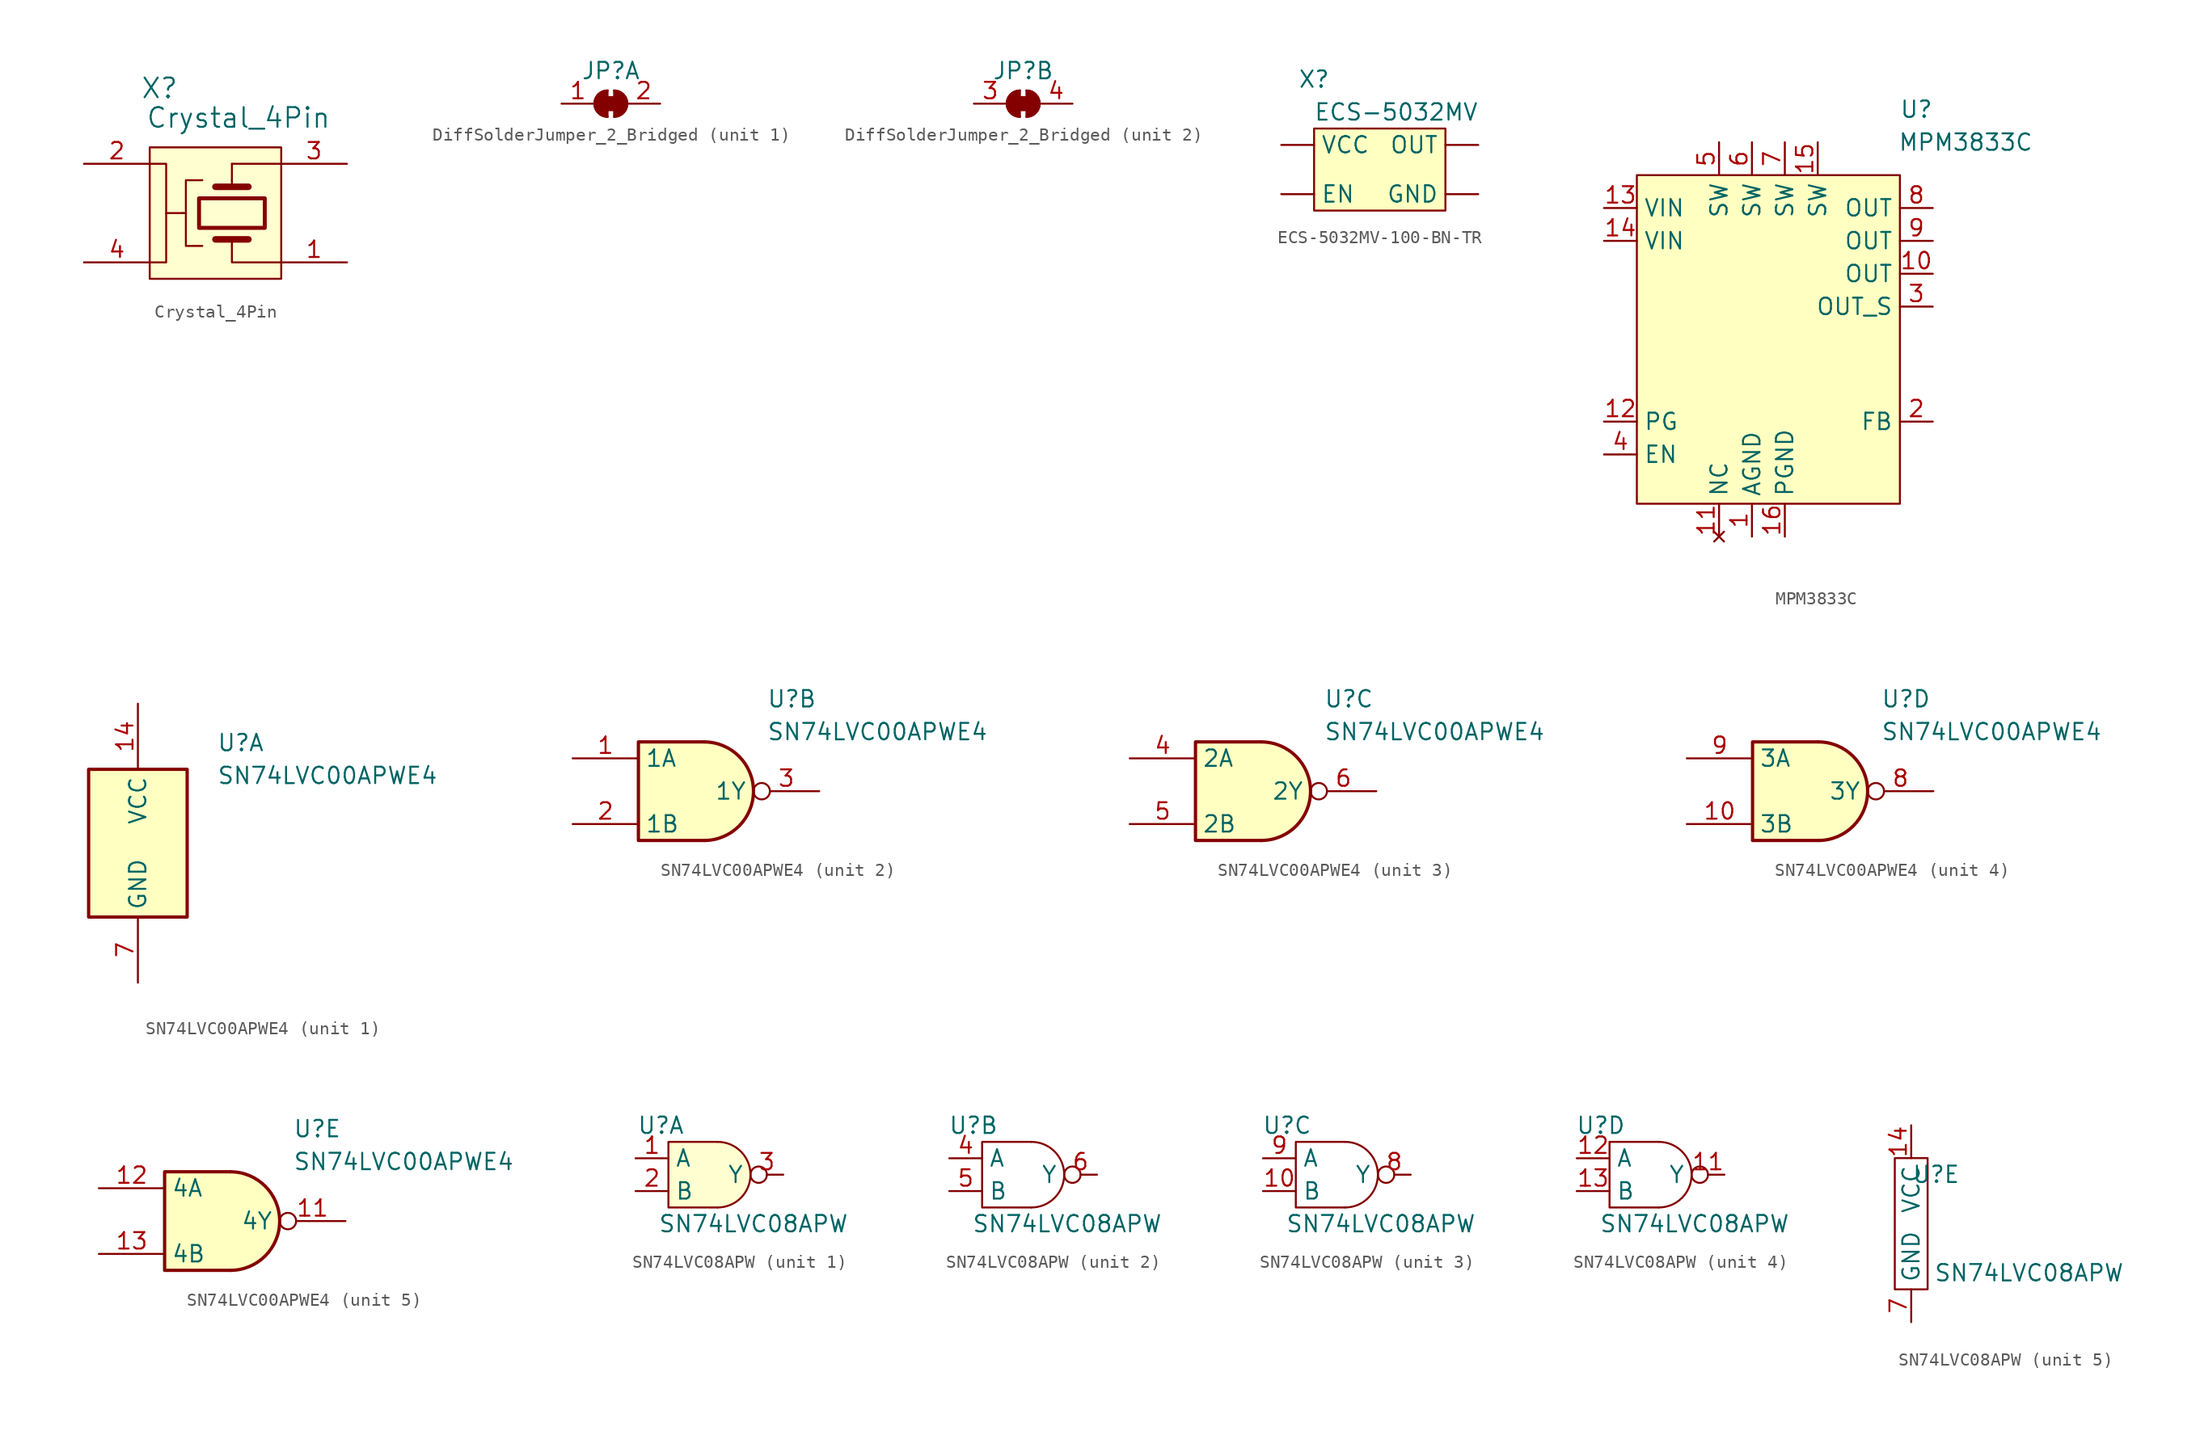
<source format=kicad_sym>
(kicad_symbol_lib
  (version 20231120)
  (generator "kicad_symbol_editor")
  (generator_version "8.0")
  (symbol "Crystal_4Pin"
    (pin_names
      (offset 0.254))
    (property "Reference" "X"
      (at 0.762 4.572 0)
      (effects (font (size 1.524 1.524))))
    (property "Value" "Crystal_4Pin"
      (at 6.858 2.286 0)
      (effects (font (size 1.524 1.524))))
    (symbol "Crystal_4Pin_0_1"
      (polyline (pts (xy 2.54 -5.08) (xy 2.791 -5.078)) (stroke (width 0) (type default)) (fill (type none)))
      (polyline (pts (xy 6.35 -7.62) (xy 6.35 -7.112)) (stroke (width 0) (type default)) (fill (type none)))
      (polyline (pts (xy 6.35 -3.048) (xy 6.35 -2.54)) (stroke (width 0) (type default)) (fill (type none)))
      (polyline (pts (xy 6.35 -2.54) (xy 6.35 -1.27)) (stroke (width 0) (type default)) (fill (type none)))
      (polyline (pts (xy 7.62 -7.112) (xy 5.08 -7.112)) (stroke (width 0.508) (type default)) (fill (type none)))
      (polyline (pts (xy 7.62 -3.048) (xy 5.08 -3.048)) (stroke (width 0.508) (type default)) (fill (type none)))
      (polyline (pts (xy 10.16 -1.27) (xy 6.35 -1.27)) (stroke (width 0) (type default)) (fill (type none)))
      (polyline (pts (xy 1.27 -5.08) (xy 1.27 -8.89) (xy 0 -8.89)) (stroke (width 0) (type default)) (fill (type none)))
      (polyline (pts (xy 10.16 -8.89) (xy 6.35 -8.89) (xy 6.35 -7.62)) (stroke (width 0) (type default)) (fill (type none)))
      (polyline (pts (xy 4.064 -7.62) (xy 2.794 -7.62) (xy 2.794 -2.54) (xy 4.064 -2.54)) (stroke (width 0) (type default)) (fill (type none)))
      (polyline (pts (xy 0 -1.27) (xy 1.27 -1.27) (xy 1.27 -5.08) (xy 2.54 -5.08) (xy 1.27 -5.08)) (stroke (width 0) (type default)) (fill (type none)))
      (rectangle (start 3.81 -6.223) (end 8.89 -3.937) (stroke (width 0.305) (type default)) (fill (type none))))
    (symbol "Crystal_4Pin_1_1"
      (rectangle (start 0 0) (end 10.16 -10.16) (stroke (width 0) (type default)) (fill (type color) (color 255 254 208 1)))
      (pin passive line (at 15.24 -8.89 180) (length 5.08) (name "" (effects (font (size 1.27 1.27)))) (number "1" (effects (font (size 1.27 1.27)))))
      (pin passive line (at -5.08 -1.27 0) (length 5.08) (name "" (effects (font (size 1.27 1.27)))) (number "2" (effects (font (size 1.27 1.27)))))
      (pin passive line (at 15.24 -1.27 180) (length 5.08) (name "" (effects (font (size 1.27 1.27)))) (number "3" (effects (font (size 1.27 1.27)))))
      (pin passive line (at -5.08 -8.89 0) (length 5.08) (name "" (effects (font (size 1.27 1.27)))) (number "4" (effects (font (size 1.27 1.27)))))))
  (symbol "DiffSolderJumper_2_Bridged"
    (pin_names
      (offset 0) hide)
    (property "Reference" "JP"
      (at 0 0 0)
      (effects (font (size 1.27 1.27))))
    (property "Value" ""
      (at 0 0 0)
      (effects (font (size 1.27 1.27))))
    (property "ki_locked" ""
      (at 0 0 0)
      (effects (font (size 1.27 1.27))))
    (symbol "DiffSolderJumper_2_Bridged_0_1"
      (rectangle (start -0.508 -2.032) (end 0.508 -3.048) (stroke (width 0) (type default)) (fill (type outline)))
      (arc (start -0.254 -1.524) (mid -1.2656 -2.54) (end -0.254 -3.556) (stroke (width 0) (type default)) (fill (type none)))
      (arc (start -0.254 -1.524) (mid -1.2656 -2.54) (end -0.254 -3.556) (stroke (width 0) (type default)) (fill (type outline)))
      (polyline (pts (xy -0.254 -1.524) (xy -0.254 -3.556)) (stroke (width 0) (type default)) (fill (type none)))
      (polyline (pts (xy 0.254 -1.524) (xy 0.254 -3.556)) (stroke (width 0) (type default)) (fill (type none)))
      (arc (start 0.254 -3.556) (mid 1.2656 -2.54) (end 0.254 -1.524) (stroke (width 0) (type default)) (fill (type none)))
      (arc (start 0.254 -3.556) (mid 1.2656 -2.54) (end 0.254 -1.524) (stroke (width 0) (type default)) (fill (type outline))))
    (symbol "DiffSolderJumper_2_Bridged_1_1"
      (pin passive line (at -3.81 -2.54 0) (length 2.54) (name "A" (effects (font (size 1.27 1.27)))) (number "1" (effects (font (size 1.27 1.27)))))
      (pin passive line (at 3.81 -2.54 180) (length 2.54) (name "B" (effects (font (size 1.27 1.27)))) (number "2" (effects (font (size 1.27 1.27))))))
    (symbol "DiffSolderJumper_2_Bridged_2_1"
      (pin passive line (at -3.81 -2.54 0) (length 2.54) (name "A" (effects (font (size 1.27 1.27)))) (number "3" (effects (font (size 1.27 1.27)))))
      (pin passive line (at 3.81 -2.54 180) (length 2.54) (name "B" (effects (font (size 1.27 1.27)))) (number "4" (effects (font (size 1.27 1.27)))))))
  (symbol "ECS-5032MV-100-BN-TR"
    (pin_numbers hide)
    (property "Reference" "X"
      (at -5.08 6.35 0)
      (effects (font (size 1.27 1.27))))
    (property "Value" "ECS-5032MV "
      (at 1.27 3.81 0)
      (effects (font (size 1.27 1.27))))
    (symbol "ECS-5032MV-100-BN-TR_1_1"
      (rectangle (start -5.08 2.54) (end 5.08 -3.81) (stroke (width 0) (type default)) (fill (type background)))
      (pin input line (at -7.62 -2.54 0) (length 2.54) (name "EN" (effects (font (size 1.27 1.27)))) (number "1" (effects (font (size 1.27 1.27)))))
      (pin bidirectional line (at 7.62 -2.54 180) (length 2.54) (name "GND" (effects (font (size 1.27 1.27)))) (number "2" (effects (font (size 1.27 1.27)))))
      (pin output line (at 7.62 1.27 180) (length 2.54) (name "OUT" (effects (font (size 1.27 1.27)))) (number "3" (effects (font (size 1.27 1.27)))))
      (pin power_in line (at -7.62 1.27 0) (length 2.54) (name "VCC" (effects (font (size 1.27 1.27)))) (number "4" (effects (font (size 1.27 1.27)))))))
  (symbol "MPM3833C"
    (property "Reference" "U"
      (at 10.16 22.86 0)
      (effects (font (size 1.27 1.27))))
    (property "Value" "MPM3833C"
      (at 13.97 20.32 0)
      (effects (font (size 1.27 1.27))))
    (symbol "MPM3833C_1_1"
      (rectangle (start -11.43 17.78) (end 8.89 -7.62) (stroke (width 0) (type default)) (fill (type background)))
      (pin passive line (at -2.54 -10.16 90) (length 2.54) (name "AGND" (effects (font (size 1.27 1.27)))) (number "1" (effects (font (size 1.27 1.27)))))
      (pin power_out line (at 11.43 10.16 180) (length 2.54) (name "OUT" (effects (font (size 1.27 1.27)))) (number "10" (effects (font (size 1.27 1.27)))))
      (pin no_connect line (at -5.08 -10.16 90) (length 2.54) (name "NC" (effects (font (size 1.27 1.27)))) (number "11" (effects (font (size 1.27 1.27)))))
      (pin output line (at -13.97 -1.27 0) (length 2.54) (name "PG" (effects (font (size 1.27 1.27)))) (number "12" (effects (font (size 1.27 1.27)))))
      (pin power_in line (at -13.97 15.24 0) (length 2.54) (name "VIN" (effects (font (size 1.27 1.27)))) (number "13" (effects (font (size 1.27 1.27)))))
      (pin power_in line (at -13.97 12.7 0) (length 2.54) (name "VIN" (effects (font (size 1.27 1.27)))) (number "14" (effects (font (size 1.27 1.27)))))
      (pin passive line (at 2.54 20.32 270) (length 2.54) (name "SW" (effects (font (size 1.27 1.27)))) (number "15" (effects (font (size 1.27 1.27)))))
      (pin passive line (at 0 -10.16 90) (length 2.54) (name "PGND" (effects (font (size 1.27 1.27)))) (number "16" (effects (font (size 1.27 1.27)))))
      (pin no_connect line (at -13.97 5.08 0) (length 2.54) hide (name "DNC" (effects (font (size 1.27 1.27)))) (number "17" (effects (font (size 1.27 1.27)))))
      (pin no_connect line (at -13.97 5.08 0) (length 2.54) hide (name "DNC" (effects (font (size 1.27 1.27)))) (number "18" (effects (font (size 1.27 1.27)))))
      (pin passive line (at -5.08 20.32 270) (length 2.54) hide (name "SW" (effects (font (size 1.27 1.27)))) (number "19" (effects (font (size 1.27 1.27)))))
      (pin input line (at 11.43 -1.27 180) (length 2.54) (name "FB" (effects (font (size 1.27 1.27)))) (number "2" (effects (font (size 1.27 1.27)))))
      (pin power_out line (at 11.43 7.62 180) (length 2.54) hide (name "OUT" (effects (font (size 1.27 1.27)))) (number "20" (effects (font (size 1.27 1.27)))))
      (pin output line (at 11.43 7.62 180) (length 2.54) (name "OUT_S" (effects (font (size 1.27 1.27)))) (number "3" (effects (font (size 1.27 1.27)))))
      (pin input line (at -13.97 -3.81 0) (length 2.54) (name "EN" (effects (font (size 1.27 1.27)))) (number "4" (effects (font (size 1.27 1.27)))))
      (pin passive line (at -5.08 20.32 270) (length 2.54) (name "SW" (effects (font (size 1.27 1.27)))) (number "5" (effects (font (size 1.27 1.27)))))
      (pin passive line (at -2.54 20.32 270) (length 2.54) (name "SW" (effects (font (size 1.27 1.27)))) (number "6" (effects (font (size 1.27 1.27)))))
      (pin passive line (at 0 20.32 270) (length 2.54) (name "SW" (effects (font (size 1.27 1.27)))) (number "7" (effects (font (size 1.27 1.27)))))
      (pin power_out line (at 11.43 15.24 180) (length 2.54) (name "OUT" (effects (font (size 1.27 1.27)))) (number "8" (effects (font (size 1.27 1.27)))))
      (pin power_out line (at 11.43 12.7 180) (length 2.54) (name "OUT" (effects (font (size 1.27 1.27)))) (number "9" (effects (font (size 1.27 1.27)))))))
  (symbol "SN74LVC00APWE4"
    (property "Reference" "U"
      (at 6.096 7.874 0)
      (effects (font (size 1.27 1.27)) (justify left top)))
    (property "Value" "SN74LVC00APWE4"
      (at 6.096 5.334 0)
      (effects (font (size 1.27 1.27)) (justify left top)))
    (property "ki_locked" ""
      (at 0 0 0)
      (effects (font (size 1.27 1.27))))
    (symbol "SN74LVC00APWE4_1_1"
      (rectangle (start -3.81 5.08) (end 3.81 -6.35) (stroke (width 0.254) (type default)) (fill (type background)))
      (pin power_in line (at 0 10.16 270) (length 5.08) (name "VCC" (effects (font (size 1.27 1.27)))) (number "14" (effects (font (size 1.27 1.27)))))
      (pin power_in line (at 0 -11.43 90) (length 5.08) (name "GND" (effects (font (size 1.27 1.27)))) (number "7" (effects (font (size 1.27 1.27))))))
    (symbol "SN74LVC00APWE4_2_1"
      (polyline (pts (xy 1.27 -3.81) (xy -3.81 -3.81) (xy -3.81 3.81) (xy 1.27 3.81)) (stroke (width 0.254) (type default)) (fill (type background)))
      (arc (start 1.27 -3.81) (mid 5.08 0) (end 1.27 3.81) (stroke (width 0.254) (type default)) (fill (type background)))
      (pin passive line (at -8.89 2.54 0) (length 5.08) (name "1A" (effects (font (size 1.27 1.27)))) (number "1" (effects (font (size 1.27 1.27)))))
      (pin passive line (at -8.89 -2.54 0) (length 5.08) (name "1B" (effects (font (size 1.27 1.27)))) (number "2" (effects (font (size 1.27 1.27)))))
      (pin passive inverted (at 10.16 0 180) (length 5.08) (name "1Y" (effects (font (size 1.27 1.27)))) (number "3" (effects (font (size 1.27 1.27))))))
    (symbol "SN74LVC00APWE4_3_1"
      (polyline (pts (xy 1.27 -3.81) (xy -3.81 -3.81) (xy -3.81 3.81) (xy 1.27 3.81)) (stroke (width 0.254) (type default)) (fill (type background)))
      (arc (start 1.27 -3.81) (mid 5.08 0) (end 1.27 3.81) (stroke (width 0.254) (type default)) (fill (type background)))
      (pin passive line (at -8.89 2.54 0) (length 5.08) (name "2A" (effects (font (size 1.27 1.27)))) (number "4" (effects (font (size 1.27 1.27)))))
      (pin passive line (at -8.89 -2.54 0) (length 5.08) (name "2B" (effects (font (size 1.27 1.27)))) (number "5" (effects (font (size 1.27 1.27)))))
      (pin passive inverted (at 10.16 0 180) (length 5.08) (name "2Y" (effects (font (size 1.27 1.27)))) (number "6" (effects (font (size 1.27 1.27))))))
    (symbol "SN74LVC00APWE4_4_1"
      (polyline (pts (xy 1.27 -3.81) (xy -3.81 -3.81) (xy -3.81 3.81) (xy 1.27 3.81)) (stroke (width 0.254) (type default)) (fill (type background)))
      (arc (start 1.27 -3.81) (mid 5.08 0) (end 1.27 3.81) (stroke (width 0.254) (type default)) (fill (type background)))
      (pin passive line (at -8.89 -2.54 0) (length 5.08) (name "3B" (effects (font (size 1.27 1.27)))) (number "10" (effects (font (size 1.27 1.27)))))
      (pin passive inverted (at 10.16 0 180) (length 5.08) (name "3Y" (effects (font (size 1.27 1.27)))) (number "8" (effects (font (size 1.27 1.27)))))
      (pin passive line (at -8.89 2.54 0) (length 5.08) (name "3A" (effects (font (size 1.27 1.27)))) (number "9" (effects (font (size 1.27 1.27))))))
    (symbol "SN74LVC00APWE4_5_1"
      (polyline (pts (xy 1.27 -3.81) (xy -3.81 -3.81) (xy -3.81 3.81) (xy 1.27 3.81)) (stroke (width 0.254) (type default)) (fill (type background)))
      (arc (start 1.27 -3.81) (mid 5.08 0) (end 1.27 3.81) (stroke (width 0.254) (type default)) (fill (type background)))
      (pin passive inverted (at 10.16 0 180) (length 5.08) (name "4Y" (effects (font (size 1.27 1.27)))) (number "11" (effects (font (size 1.27 1.27)))))
      (pin passive line (at -8.89 2.54 0) (length 5.08) (name "4A" (effects (font (size 1.27 1.27)))) (number "12" (effects (font (size 1.27 1.27)))))
      (pin passive line (at -8.89 -2.54 0) (length 5.08) (name "4B" (effects (font (size 1.27 1.27)))) (number "13" (effects (font (size 1.27 1.27)))))))
  (symbol "SN74LVC08APW"
    (property "Reference" "U"
      (at -1.27 0 0)
      (effects (font (size 1.27 1.27)) (justify right)))
    (property "Value" "SN74LVC08APW"
      (at 11.43 -7.62 0)
      (effects (font (size 1.27 1.27)) (justify right)))
    (property "ki_locked" ""
      (at 0 0 0)
      (effects (font (size 1.27 1.27))))
    (symbol "SN74LVC08APW_1_1"
      (polyline (pts (xy 1.27 -1.27) (xy -2.54 -1.27) (xy -2.54 -6.35) (xy 1.27 -6.35)) (stroke (width 0) (type default)) (fill (type color) (color 255 254 208 1)))
      (arc (start 1.2701 -6.3499) (mid 3.066 -5.6059) (end 3.81 -3.81) (stroke (width 0) (type default)) (fill (type color) (color 255 254 208 1)))
      (arc (start 3.8099 -3.8099) (mid 3.066 -2.0139) (end 1.27 -1.27) (stroke (width 0) (type default)) (fill (type color) (color 255 254 208 1)))
      (pin input line (at -5.08 -2.54 0) (length 2.54) (name "A" (effects (font (size 1.27 1.27)))) (number "1" (effects (font (size 1.27 1.27)))))
      (pin input line (at -5.08 -5.08 0) (length 2.54) (name "B" (effects (font (size 1.27 1.27)))) (number "2" (effects (font (size 1.27 1.27)))))
      (pin output inverted (at 6.35 -3.81 180) (length 2.54) (name "Y" (effects (font (size 1.27 1.27)))) (number "3" (effects (font (size 1.27 1.27))))))
    (symbol "SN74LVC08APW_2_1"
      (polyline (pts (xy 1.27 -1.27) (xy -2.54 -1.27) (xy -2.54 -6.35) (xy 1.27 -6.35)) (stroke (width 0) (type default)) (fill (type none)))
      (arc (start 1.2701 -6.3499) (mid 3.066 -5.6059) (end 3.81 -3.81) (stroke (width 0) (type default)) (fill (type none)))
      (arc (start 3.8099 -3.8099) (mid 3.066 -2.0139) (end 1.27 -1.27) (stroke (width 0) (type default)) (fill (type none)))
      (pin input line (at -5.08 -2.54 0) (length 2.54) (name "A" (effects (font (size 1.27 1.27)))) (number "4" (effects (font (size 1.27 1.27)))))
      (pin input line (at -5.08 -5.08 0) (length 2.54) (name "B" (effects (font (size 1.27 1.27)))) (number "5" (effects (font (size 1.27 1.27)))))
      (pin output inverted (at 6.35 -3.81 180) (length 2.54) (name "Y" (effects (font (size 1.27 1.27)))) (number "6" (effects (font (size 1.27 1.27))))))
    (symbol "SN74LVC08APW_3_1"
      (polyline (pts (xy 1.27 -1.27) (xy -2.54 -1.27) (xy -2.54 -6.35) (xy 1.27 -6.35)) (stroke (width 0) (type default)) (fill (type none)))
      (arc (start 1.2701 -6.3499) (mid 3.066 -5.6059) (end 3.81 -3.81) (stroke (width 0) (type default)) (fill (type none)))
      (arc (start 3.8099 -3.8099) (mid 3.066 -2.0139) (end 1.27 -1.27) (stroke (width 0) (type default)) (fill (type none)))
      (pin input line (at -5.08 -5.08 0) (length 2.54) (name "B" (effects (font (size 1.27 1.27)))) (number "10" (effects (font (size 1.27 1.27)))))
      (pin output inverted (at 6.35 -3.81 180) (length 2.54) (name "Y" (effects (font (size 1.27 1.27)))) (number "8" (effects (font (size 1.27 1.27)))))
      (pin input line (at -5.08 -2.54 0) (length 2.54) (name "A" (effects (font (size 1.27 1.27)))) (number "9" (effects (font (size 1.27 1.27))))))
    (symbol "SN74LVC08APW_4_1"
      (polyline (pts (xy 1.27 -1.27) (xy -2.54 -1.27) (xy -2.54 -6.35) (xy 1.27 -6.35)) (stroke (width 0) (type default)) (fill (type none)))
      (arc (start 1.2701 -6.3499) (mid 3.066 -5.6059) (end 3.81 -3.81) (stroke (width 0) (type default)) (fill (type none)))
      (arc (start 3.8099 -3.8099) (mid 3.066 -2.0139) (end 1.27 -1.27) (stroke (width 0) (type default)) (fill (type none)))
      (pin output inverted (at 6.35 -3.81 180) (length 2.54) (name "Y" (effects (font (size 1.27 1.27)))) (number "11" (effects (font (size 1.27 1.27)))))
      (pin input line (at -5.08 -2.54 0) (length 2.54) (name "A" (effects (font (size 1.27 1.27)))) (number "12" (effects (font (size 1.27 1.27)))))
      (pin input line (at -5.08 -5.08 0) (length 2.54) (name "B" (effects (font (size 1.27 1.27)))) (number "13" (effects (font (size 1.27 1.27))))))
    (symbol "SN74LVC08APW_5_1"
      (rectangle (start -6.35 1.27) (end -3.81 -8.89) (stroke (width 0) (type default)) (fill (type none)))
      (pin power_in line (at -5.08 3.81 270) (length 2.54) (name "VCC" (effects (font (size 1.27 1.27)))) (number "14" (effects (font (size 1.27 1.27)))))
      (pin passive line (at -5.08 -11.43 90) (length 2.54) (name "GND" (effects (font (size 1.27 1.27)))) (number "7" (effects (font (size 1.27 1.27))))))))
</source>
